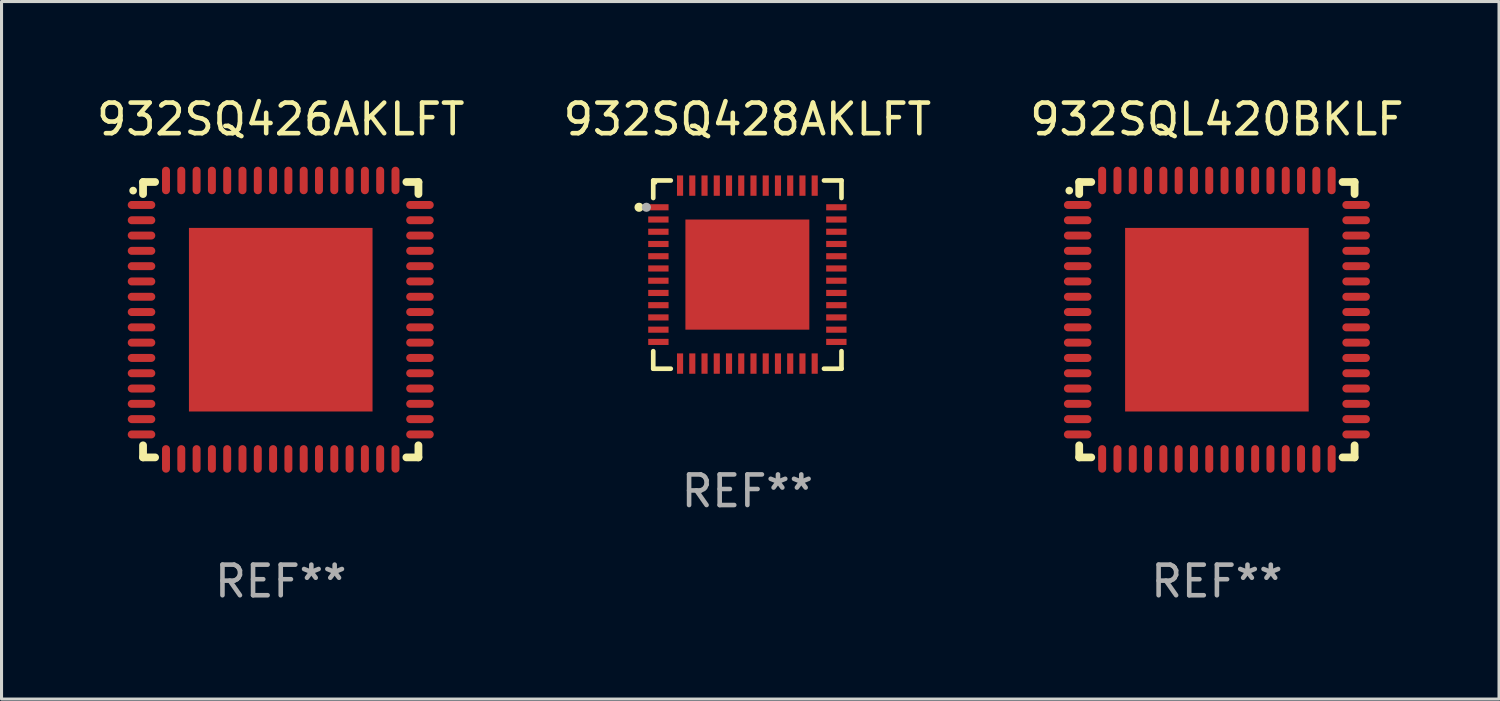
<source format=kicad_pcb>
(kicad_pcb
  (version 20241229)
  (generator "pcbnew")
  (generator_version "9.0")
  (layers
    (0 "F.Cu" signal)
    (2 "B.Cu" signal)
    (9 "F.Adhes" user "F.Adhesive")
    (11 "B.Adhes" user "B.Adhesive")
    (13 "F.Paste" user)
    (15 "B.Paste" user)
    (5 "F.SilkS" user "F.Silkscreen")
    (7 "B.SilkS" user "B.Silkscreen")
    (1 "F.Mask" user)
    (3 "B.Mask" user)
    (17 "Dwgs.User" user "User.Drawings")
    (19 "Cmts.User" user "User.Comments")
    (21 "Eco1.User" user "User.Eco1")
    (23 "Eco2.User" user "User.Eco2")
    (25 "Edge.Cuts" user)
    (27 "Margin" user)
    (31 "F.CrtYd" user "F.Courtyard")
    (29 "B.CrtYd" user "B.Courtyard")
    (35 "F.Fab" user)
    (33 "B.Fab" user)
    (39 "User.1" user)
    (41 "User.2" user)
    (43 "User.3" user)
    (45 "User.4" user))
  (footprint "932SQ428AKLFT"
    (layer "F.Cu")
    (at 21.375 5.924)
    (property "Reference" "932SQ428AKLFT" (at 0 -5.076 0) (layer "F.SilkS") (effects (font (size 1 1) (thickness 0.15))))
    (attr through_hole)
    (fp_line (start -3.076 -3.076) (end -3.076 -2.503) (stroke (width 0.152) (type solid)) (layer "F.SilkS"))
    (fp_line (start -3.076 3.076) (end -3.076 2.503) (stroke (width 0.152) (type solid)) (layer "F.SilkS"))
    (fp_line (start -2.503 -3.076) (end -3.076 -3.076) (stroke (width 0.152) (type solid)) (layer "F.SilkS"))
    (fp_line (start -2.503 3.076) (end -3.076 3.076) (stroke (width 0.152) (type solid)) (layer "F.SilkS"))
    (fp_line (start 2.503 -3.076) (end 3.076 -3.076) (stroke (width 0.152) (type solid)) (layer "F.SilkS"))
    (fp_line (start 2.503 3.076) (end 3.076 3.076) (stroke (width 0.152) (type solid)) (layer "F.SilkS"))
    (fp_line (start 3.076 -3.076) (end 3.076 -2.503) (stroke (width 0.152) (type solid)) (layer "F.SilkS"))
    (fp_line (start 3.076 3.076) (end 3.076 2.503) (stroke (width 0.152) (type solid)) (layer "F.SilkS"))
    (fp_circle (center -3.54 -2.2) (end -3.465 -2.2) (stroke (width 0.15) (type solid)) (fill no) (layer "F.SilkS"))
    (fp_circle (center -3 -3) (end -2.97 -3) (stroke (width 0.06) (type solid)) (fill no) (layer "F.SilkS"))
    (fp_circle (center -3.3 -2.2) (end -3.225 -2.2) (stroke (width 0.15) (type solid)) (fill no) (layer "F.Fab"))
    (fp_text user "REF**" (at 0 7.076 0) (layer "F.Fab") (effects (font (size 1 1) (thickness 0.15))))
    (pad "1" smd rect (at -2.908 -2.2) (size 0.665 0.2) (layers "F.Cu" "F.Mask" "F.Paste"))
    (pad "2" smd rect (at -2.908 -1.8) (size 0.665 0.2) (layers "F.Cu" "F.Mask" "F.Paste"))
    (pad "3" smd rect (at -2.908 -1.4) (size 0.665 0.2) (layers "F.Cu" "F.Mask" "F.Paste"))
    (pad "4" smd rect (at -2.908 -1) (size 0.665 0.2) (layers "F.Cu" "F.Mask" "F.Paste"))
    (pad "5" smd rect (at -2.908 -0.6) (size 0.665 0.2) (layers "F.Cu" "F.Mask" "F.Paste"))
    (pad "6" smd rect (at -2.908 -0.2) (size 0.665 0.2) (layers "F.Cu" "F.Mask" "F.Paste"))
    (pad "7" smd rect (at -2.908 0.2) (size 0.665 0.2) (layers "F.Cu" "F.Mask" "F.Paste"))
    (pad "8" smd rect (at -2.908 0.6) (size 0.665 0.2) (layers "F.Cu" "F.Mask" "F.Paste"))
    (pad "9" smd rect (at -2.908 1) (size 0.665 0.2) (layers "F.Cu" "F.Mask" "F.Paste"))
    (pad "10" smd rect (at -2.908 1.4) (size 0.665 0.2) (layers "F.Cu" "F.Mask" "F.Paste"))
    (pad "11" smd rect (at -2.908 1.8) (size 0.665 0.2) (layers "F.Cu" "F.Mask" "F.Paste"))
    (pad "12" smd rect (at -2.908 2.2) (size 0.665 0.2) (layers "F.Cu" "F.Mask" "F.Paste"))
    (pad "13" smd rect (at -2.2 2.908) (size 0.2 0.665) (layers "F.Cu" "F.Mask" "F.Paste"))
    (pad "14" smd rect (at -1.8 2.908) (size 0.2 0.665) (layers "F.Cu" "F.Mask" "F.Paste"))
    (pad "15" smd rect (at -1.4 2.908) (size 0.2 0.665) (layers "F.Cu" "F.Mask" "F.Paste"))
    (pad "16" smd rect (at -1 2.908) (size 0.2 0.665) (layers "F.Cu" "F.Mask" "F.Paste"))
    (pad "17" smd rect (at -0.6 2.908) (size 0.2 0.665) (layers "F.Cu" "F.Mask" "F.Paste"))
    (pad "18" smd rect (at -0.2 2.908) (size 0.2 0.665) (layers "F.Cu" "F.Mask" "F.Paste"))
    (pad "19" smd rect (at 0.2 2.908) (size 0.2 0.665) (layers "F.Cu" "F.Mask" "F.Paste"))
    (pad "20" smd rect (at 0.6 2.908) (size 0.2 0.665) (layers "F.Cu" "F.Mask" "F.Paste"))
    (pad "21" smd rect (at 1 2.908) (size 0.2 0.665) (layers "F.Cu" "F.Mask" "F.Paste"))
    (pad "22" smd rect (at 1.4 2.908) (size 0.2 0.665) (layers "F.Cu" "F.Mask" "F.Paste"))
    (pad "23" smd rect (at 1.8 2.908) (size 0.2 0.665) (layers "F.Cu" "F.Mask" "F.Paste"))
    (pad "24" smd rect (at 2.2 2.908) (size 0.2 0.665) (layers "F.Cu" "F.Mask" "F.Paste"))
    (pad "25" smd rect (at 2.908 2.2) (size 0.665 0.2) (layers "F.Cu" "F.Mask" "F.Paste"))
    (pad "26" smd rect (at 2.908 1.8) (size 0.665 0.2) (layers "F.Cu" "F.Mask" "F.Paste"))
    (pad "27" smd rect (at 2.908 1.4) (size 0.665 0.2) (layers "F.Cu" "F.Mask" "F.Paste"))
    (pad "28" smd rect (at 2.908 1) (size 0.665 0.2) (layers "F.Cu" "F.Mask" "F.Paste"))
    (pad "29" smd rect (at 2.908 0.6) (size 0.665 0.2) (layers "F.Cu" "F.Mask" "F.Paste"))
    (pad "30" smd rect (at 2.908 0.2) (size 0.665 0.2) (layers "F.Cu" "F.Mask" "F.Paste"))
    (pad "31" smd rect (at 2.908 -0.2) (size 0.665 0.2) (layers "F.Cu" "F.Mask" "F.Paste"))
    (pad "32" smd rect (at 2.908 -0.6) (size 0.665 0.2) (layers "F.Cu" "F.Mask" "F.Paste"))
    (pad "33" smd rect (at 2.908 -1) (size 0.665 0.2) (layers "F.Cu" "F.Mask" "F.Paste"))
    (pad "34" smd rect (at 2.908 -1.4) (size 0.665 0.2) (layers "F.Cu" "F.Mask" "F.Paste"))
    (pad "35" smd rect (at 2.908 -1.8) (size 0.665 0.2) (layers "F.Cu" "F.Mask" "F.Paste"))
    (pad "36" smd rect (at 2.908 -2.2) (size 0.665 0.2) (layers "F.Cu" "F.Mask" "F.Paste"))
    (pad "37" smd rect (at 2.2 -2.908) (size 0.2 0.665) (layers "F.Cu" "F.Mask" "F.Paste"))
    (pad "38" smd rect (at 1.8 -2.908) (size 0.2 0.665) (layers "F.Cu" "F.Mask" "F.Paste"))
    (pad "39" smd rect (at 1.4 -2.908) (size 0.2 0.665) (layers "F.Cu" "F.Mask" "F.Paste"))
    (pad "40" smd rect (at 1 -2.908) (size 0.2 0.665) (layers "F.Cu" "F.Mask" "F.Paste"))
    (pad "41" smd rect (at 0.6 -2.908) (size 0.2 0.665) (layers "F.Cu" "F.Mask" "F.Paste"))
    (pad "42" smd rect (at 0.2 -2.908) (size 0.2 0.665) (layers "F.Cu" "F.Mask" "F.Paste"))
    (pad "43" smd rect (at -0.2 -2.908) (size 0.2 0.665) (layers "F.Cu" "F.Mask" "F.Paste"))
    (pad "44" smd rect (at -0.6 -2.908) (size 0.2 0.665) (layers "F.Cu" "F.Mask" "F.Paste"))
    (pad "45" smd rect (at -1 -2.908) (size 0.2 0.665) (layers "F.Cu" "F.Mask" "F.Paste"))
    (pad "46" smd rect (at -1.4 -2.908) (size 0.2 0.665) (layers "F.Cu" "F.Mask" "F.Paste"))
    (pad "47" smd rect (at -1.8 -2.908) (size 0.2 0.665) (layers "F.Cu" "F.Mask" "F.Paste"))
    (pad "48" smd rect (at -2.2 -2.908) (size 0.2 0.665) (layers "F.Cu" "F.Mask" "F.Paste"))
    (pad "49" smd rect (at 0 0) (size 4.05 3.6) (layers "F.Cu" "F.Mask" "F.Paste")))
  (footprint "932SQL420BKLF"
    (layer "F.Cu")
    (at 36.72 7.398)
    (property "Reference" "932SQL420BKLF" (at 0 -6.55 0) (layer "F.SilkS") (effects (font (size 1 1) (thickness 0.15))))
    (attr through_hole)
    (fp_line (start -4.5 -4.5) (end -4.106 -4.5) (stroke (width 0.254) (type solid)) (layer "F.SilkS"))
    (fp_line (start -4.5 -4.106) (end -4.5 -4.5) (stroke (width 0.254) (type solid)) (layer "F.SilkS"))
    (fp_line (start -4.5 4.5) (end -4.5 4.106) (stroke (width 0.254) (type solid)) (layer "F.SilkS"))
    (fp_line (start -4.106 4.5) (end -4.5 4.5) (stroke (width 0.254) (type solid)) (layer "F.SilkS"))
    (fp_line (start 4.106 -4.5) (end 4.5 -4.5) (stroke (width 0.254) (type solid)) (layer "F.SilkS"))
    (fp_line (start 4.5 -4.5) (end 4.5 -4.106) (stroke (width 0.254) (type solid)) (layer "F.SilkS"))
    (fp_line (start 4.5 4.106) (end 4.5 4.5) (stroke (width 0.254) (type solid)) (layer "F.SilkS"))
    (fp_line (start 4.5 4.5) (end 4.106 4.5) (stroke (width 0.254) (type solid)) (layer "F.SilkS"))
    (fp_arc (start -4.824308 -4.217501) (mid -4.824314 -4.218771) (end -4.824308 -4.220041) (stroke (width 0.24892) (type solid)) (layer "F.SilkS"))
    (fp_text user "REF**" (at 0 8.55 0) (layer "F.Fab") (effects (font (size 1 1) (thickness 0.15))))
    (pad "1" smd oval (at -4.55 -3.75) (size 0.9 0.26) (layers "F.Cu" "F.Mask" "F.Paste"))
    (pad "2" smd oval (at -4.55 -3.25) (size 0.9 0.26) (layers "F.Cu" "F.Mask" "F.Paste"))
    (pad "3" smd oval (at -4.55 -2.75) (size 0.9 0.26) (layers "F.Cu" "F.Mask" "F.Paste"))
    (pad "4" smd oval (at -4.55 -2.25) (size 0.9 0.26) (layers "F.Cu" "F.Mask" "F.Paste"))
    (pad "5" smd oval (at -4.55 -1.75) (size 0.9 0.26) (layers "F.Cu" "F.Mask" "F.Paste"))
    (pad "6" smd oval (at -4.55 -1.25) (size 0.9 0.26) (layers "F.Cu" "F.Mask" "F.Paste"))
    (pad "7" smd oval (at -4.55 -0.75) (size 0.9 0.26) (layers "F.Cu" "F.Mask" "F.Paste"))
    (pad "8" smd oval (at -4.55 -0.25) (size 0.9 0.26) (layers "F.Cu" "F.Mask" "F.Paste"))
    (pad "9" smd oval (at -4.55 0.25) (size 0.9 0.26) (layers "F.Cu" "F.Mask" "F.Paste"))
    (pad "10" smd oval (at -4.55 0.75) (size 0.9 0.26) (layers "F.Cu" "F.Mask" "F.Paste"))
    (pad "11" smd oval (at -4.55 1.25) (size 0.9 0.26) (layers "F.Cu" "F.Mask" "F.Paste"))
    (pad "12" smd oval (at -4.55 1.75) (size 0.9 0.26) (layers "F.Cu" "F.Mask" "F.Paste"))
    (pad "13" smd oval (at -4.55 2.25) (size 0.9 0.26) (layers "F.Cu" "F.Mask" "F.Paste"))
    (pad "14" smd oval (at -4.55 2.75) (size 0.9 0.26) (layers "F.Cu" "F.Mask" "F.Paste"))
    (pad "15" smd oval (at -4.55 3.25) (size 0.9 0.26) (layers "F.Cu" "F.Mask" "F.Paste"))
    (pad "16" smd oval (at -4.55 3.75) (size 0.9 0.26) (layers "F.Cu" "F.Mask" "F.Paste"))
    (pad "17" smd oval (at -3.75 4.55) (size 0.26 0.9) (layers "F.Cu" "F.Mask" "F.Paste"))
    (pad "18" smd oval (at -3.25 4.55) (size 0.26 0.9) (layers "F.Cu" "F.Mask" "F.Paste"))
    (pad "19" smd oval (at -2.75 4.55) (size 0.26 0.9) (layers "F.Cu" "F.Mask" "F.Paste"))
    (pad "20" smd oval (at -2.25 4.55) (size 0.26 0.9) (layers "F.Cu" "F.Mask" "F.Paste"))
    (pad "21" smd oval (at -1.75 4.55) (size 0.26 0.9) (layers "F.Cu" "F.Mask" "F.Paste"))
    (pad "22" smd oval (at -1.25 4.55) (size 0.26 0.9) (layers "F.Cu" "F.Mask" "F.Paste"))
    (pad "23" smd oval (at -0.75 4.55) (size 0.26 0.9) (layers "F.Cu" "F.Mask" "F.Paste"))
    (pad "24" smd oval (at -0.25 4.55) (size 0.26 0.9) (layers "F.Cu" "F.Mask" "F.Paste"))
    (pad "25" smd oval (at 0.25 4.55) (size 0.26 0.9) (layers "F.Cu" "F.Mask" "F.Paste"))
    (pad "26" smd oval (at 0.75 4.55) (size 0.26 0.9) (layers "F.Cu" "F.Mask" "F.Paste"))
    (pad "27" smd oval (at 1.25 4.55) (size 0.26 0.9) (layers "F.Cu" "F.Mask" "F.Paste"))
    (pad "28" smd oval (at 1.75 4.55) (size 0.26 0.9) (layers "F.Cu" "F.Mask" "F.Paste"))
    (pad "29" smd oval (at 2.25 4.55) (size 0.26 0.9) (layers "F.Cu" "F.Mask" "F.Paste"))
    (pad "30" smd oval (at 2.75 4.55) (size 0.26 0.9) (layers "F.Cu" "F.Mask" "F.Paste"))
    (pad "31" smd oval (at 3.25 4.55) (size 0.26 0.9) (layers "F.Cu" "F.Mask" "F.Paste"))
    (pad "32" smd oval (at 3.75 4.55) (size 0.26 0.9) (layers "F.Cu" "F.Mask" "F.Paste"))
    (pad "33" smd oval (at 4.55 3.75) (size 0.9 0.26) (layers "F.Cu" "F.Mask" "F.Paste"))
    (pad "34" smd oval (at 4.55 3.25) (size 0.9 0.26) (layers "F.Cu" "F.Mask" "F.Paste"))
    (pad "35" smd oval (at 4.55 2.75) (size 0.9 0.26) (layers "F.Cu" "F.Mask" "F.Paste"))
    (pad "36" smd oval (at 4.55 2.25) (size 0.9 0.26) (layers "F.Cu" "F.Mask" "F.Paste"))
    (pad "37" smd oval (at 4.55 1.75) (size 0.9 0.26) (layers "F.Cu" "F.Mask" "F.Paste"))
    (pad "38" smd oval (at 4.55 1.25) (size 0.9 0.26) (layers "F.Cu" "F.Mask" "F.Paste"))
    (pad "39" smd oval (at 4.55 0.75) (size 0.9 0.26) (layers "F.Cu" "F.Mask" "F.Paste"))
    (pad "40" smd oval (at 4.55 0.25) (size 0.9 0.26) (layers "F.Cu" "F.Mask" "F.Paste"))
    (pad "41" smd oval (at 4.55 -0.25) (size 0.9 0.26) (layers "F.Cu" "F.Mask" "F.Paste"))
    (pad "42" smd oval (at 4.55 -0.75) (size 0.9 0.26) (layers "F.Cu" "F.Mask" "F.Paste"))
    (pad "43" smd oval (at 4.55 -1.25) (size 0.9 0.26) (layers "F.Cu" "F.Mask" "F.Paste"))
    (pad "44" smd oval (at 4.55 -1.75) (size 0.9 0.26) (layers "F.Cu" "F.Mask" "F.Paste"))
    (pad "45" smd oval (at 4.55 -2.25) (size 0.9 0.26) (layers "F.Cu" "F.Mask" "F.Paste"))
    (pad "46" smd oval (at 4.55 -2.75) (size 0.9 0.26) (layers "F.Cu" "F.Mask" "F.Paste"))
    (pad "47" smd oval (at 4.55 -3.25) (size 0.9 0.26) (layers "F.Cu" "F.Mask" "F.Paste"))
    (pad "48" smd oval (at 4.55 -3.75) (size 0.9 0.26) (layers "F.Cu" "F.Mask" "F.Paste"))
    (pad "49" smd oval (at 3.75 -4.55) (size 0.26 0.9) (layers "F.Cu" "F.Mask" "F.Paste"))
    (pad "50" smd oval (at 3.25 -4.55) (size 0.26 0.9) (layers "F.Cu" "F.Mask" "F.Paste"))
    (pad "51" smd oval (at 2.75 -4.55) (size 0.26 0.9) (layers "F.Cu" "F.Mask" "F.Paste"))
    (pad "52" smd oval (at 2.25 -4.55) (size 0.26 0.9) (layers "F.Cu" "F.Mask" "F.Paste"))
    (pad "53" smd oval (at 1.75 -4.55) (size 0.26 0.9) (layers "F.Cu" "F.Mask" "F.Paste"))
    (pad "54" smd oval (at 1.25 -4.55) (size 0.26 0.9) (layers "F.Cu" "F.Mask" "F.Paste"))
    (pad "55" smd oval (at 0.75 -4.55) (size 0.26 0.9) (layers "F.Cu" "F.Mask" "F.Paste"))
    (pad "56" smd oval (at 0.25 -4.55) (size 0.26 0.9) (layers "F.Cu" "F.Mask" "F.Paste"))
    (pad "57" smd oval (at -0.25 -4.55) (size 0.26 0.9) (layers "F.Cu" "F.Mask" "F.Paste"))
    (pad "58" smd oval (at -0.75 -4.55) (size 0.26 0.9) (layers "F.Cu" "F.Mask" "F.Paste"))
    (pad "59" smd oval (at -1.25 -4.55) (size 0.26 0.9) (layers "F.Cu" "F.Mask" "F.Paste"))
    (pad "60" smd oval (at -1.75 -4.55) (size 0.26 0.9) (layers "F.Cu" "F.Mask" "F.Paste"))
    (pad "61" smd oval (at -2.25 -4.55) (size 0.26 0.9) (layers "F.Cu" "F.Mask" "F.Paste"))
    (pad "62" smd oval (at -2.75 -4.55) (size 0.26 0.9) (layers "F.Cu" "F.Mask" "F.Paste"))
    (pad "63" smd oval (at -3.25 -4.55) (size 0.26 0.9) (layers "F.Cu" "F.Mask" "F.Paste"))
    (pad "64" smd oval (at -3.75 -4.55) (size 0.26 0.9) (layers "F.Cu" "F.Mask" "F.Paste"))
    (pad "65" smd rect (at 0 0.000381) (size 6 6) (layers "F.Cu" "F.Mask" "F.Paste")))
  (footprint "932SQ426AKLFT"
    (layer "F.Cu")
    (at 6.125 7.398)
    (property "Reference" "932SQ426AKLFT" (at 0 -6.55 0) (layer "F.SilkS") (effects (font (size 1 1) (thickness 0.15))))
    (attr through_hole)
    (fp_line (start -4.5 -4.5) (end -4.106 -4.5) (stroke (width 0.254) (type solid)) (layer "F.SilkS"))
    (fp_line (start -4.5 -4.106) (end -4.5 -4.5) (stroke (width 0.254) (type solid)) (layer "F.SilkS"))
    (fp_line (start -4.5 4.5) (end -4.5 4.106) (stroke (width 0.254) (type solid)) (layer "F.SilkS"))
    (fp_line (start -4.106 4.5) (end -4.5 4.5) (stroke (width 0.254) (type solid)) (layer "F.SilkS"))
    (fp_line (start 4.106 -4.5) (end 4.5 -4.5) (stroke (width 0.254) (type solid)) (layer "F.SilkS"))
    (fp_line (start 4.5 -4.5) (end 4.5 -4.106) (stroke (width 0.254) (type solid)) (layer "F.SilkS"))
    (fp_line (start 4.5 4.106) (end 4.5 4.5) (stroke (width 0.254) (type solid)) (layer "F.SilkS"))
    (fp_line (start 4.5 4.5) (end 4.106 4.5) (stroke (width 0.254) (type solid)) (layer "F.SilkS"))
    (fp_arc (start -4.824308 -4.217501) (mid -4.824314 -4.218771) (end -4.824308 -4.220041) (stroke (width 0.24892) (type solid)) (layer "F.SilkS"))
    (fp_text user "REF**" (at 0 8.55 0) (layer "F.Fab") (effects (font (size 1 1) (thickness 0.15))))
    (pad "1" smd oval (at -4.55 -3.75) (size 0.9 0.26) (layers "F.Cu" "F.Mask" "F.Paste"))
    (pad "2" smd oval (at -4.55 -3.25) (size 0.9 0.26) (layers "F.Cu" "F.Mask" "F.Paste"))
    (pad "3" smd oval (at -4.55 -2.75) (size 0.9 0.26) (layers "F.Cu" "F.Mask" "F.Paste"))
    (pad "4" smd oval (at -4.55 -2.25) (size 0.9 0.26) (layers "F.Cu" "F.Mask" "F.Paste"))
    (pad "5" smd oval (at -4.55 -1.75) (size 0.9 0.26) (layers "F.Cu" "F.Mask" "F.Paste"))
    (pad "6" smd oval (at -4.55 -1.25) (size 0.9 0.26) (layers "F.Cu" "F.Mask" "F.Paste"))
    (pad "7" smd oval (at -4.55 -0.75) (size 0.9 0.26) (layers "F.Cu" "F.Mask" "F.Paste"))
    (pad "8" smd oval (at -4.55 -0.25) (size 0.9 0.26) (layers "F.Cu" "F.Mask" "F.Paste"))
    (pad "9" smd oval (at -4.55 0.25) (size 0.9 0.26) (layers "F.Cu" "F.Mask" "F.Paste"))
    (pad "10" smd oval (at -4.55 0.75) (size 0.9 0.26) (layers "F.Cu" "F.Mask" "F.Paste"))
    (pad "11" smd oval (at -4.55 1.25) (size 0.9 0.26) (layers "F.Cu" "F.Mask" "F.Paste"))
    (pad "12" smd oval (at -4.55 1.75) (size 0.9 0.26) (layers "F.Cu" "F.Mask" "F.Paste"))
    (pad "13" smd oval (at -4.55 2.25) (size 0.9 0.26) (layers "F.Cu" "F.Mask" "F.Paste"))
    (pad "14" smd oval (at -4.55 2.75) (size 0.9 0.26) (layers "F.Cu" "F.Mask" "F.Paste"))
    (pad "15" smd oval (at -4.55 3.25) (size 0.9 0.26) (layers "F.Cu" "F.Mask" "F.Paste"))
    (pad "16" smd oval (at -4.55 3.75) (size 0.9 0.26) (layers "F.Cu" "F.Mask" "F.Paste"))
    (pad "17" smd oval (at -3.75 4.55) (size 0.26 0.9) (layers "F.Cu" "F.Mask" "F.Paste"))
    (pad "18" smd oval (at -3.25 4.55) (size 0.26 0.9) (layers "F.Cu" "F.Mask" "F.Paste"))
    (pad "19" smd oval (at -2.75 4.55) (size 0.26 0.9) (layers "F.Cu" "F.Mask" "F.Paste"))
    (pad "20" smd oval (at -2.25 4.55) (size 0.26 0.9) (layers "F.Cu" "F.Mask" "F.Paste"))
    (pad "21" smd oval (at -1.75 4.55) (size 0.26 0.9) (layers "F.Cu" "F.Mask" "F.Paste"))
    (pad "22" smd oval (at -1.25 4.55) (size 0.26 0.9) (layers "F.Cu" "F.Mask" "F.Paste"))
    (pad "23" smd oval (at -0.75 4.55) (size 0.26 0.9) (layers "F.Cu" "F.Mask" "F.Paste"))
    (pad "24" smd oval (at -0.25 4.55) (size 0.26 0.9) (layers "F.Cu" "F.Mask" "F.Paste"))
    (pad "25" smd oval (at 0.25 4.55) (size 0.26 0.9) (layers "F.Cu" "F.Mask" "F.Paste"))
    (pad "26" smd oval (at 0.75 4.55) (size 0.26 0.9) (layers "F.Cu" "F.Mask" "F.Paste"))
    (pad "27" smd oval (at 1.25 4.55) (size 0.26 0.9) (layers "F.Cu" "F.Mask" "F.Paste"))
    (pad "28" smd oval (at 1.75 4.55) (size 0.26 0.9) (layers "F.Cu" "F.Mask" "F.Paste"))
    (pad "29" smd oval (at 2.25 4.55) (size 0.26 0.9) (layers "F.Cu" "F.Mask" "F.Paste"))
    (pad "30" smd oval (at 2.75 4.55) (size 0.26 0.9) (layers "F.Cu" "F.Mask" "F.Paste"))
    (pad "31" smd oval (at 3.25 4.55) (size 0.26 0.9) (layers "F.Cu" "F.Mask" "F.Paste"))
    (pad "32" smd oval (at 3.75 4.55) (size 0.26 0.9) (layers "F.Cu" "F.Mask" "F.Paste"))
    (pad "33" smd oval (at 4.55 3.75) (size 0.9 0.26) (layers "F.Cu" "F.Mask" "F.Paste"))
    (pad "34" smd oval (at 4.55 3.25) (size 0.9 0.26) (layers "F.Cu" "F.Mask" "F.Paste"))
    (pad "35" smd oval (at 4.55 2.75) (size 0.9 0.26) (layers "F.Cu" "F.Mask" "F.Paste"))
    (pad "36" smd oval (at 4.55 2.25) (size 0.9 0.26) (layers "F.Cu" "F.Mask" "F.Paste"))
    (pad "37" smd oval (at 4.55 1.75) (size 0.9 0.26) (layers "F.Cu" "F.Mask" "F.Paste"))
    (pad "38" smd oval (at 4.55 1.25) (size 0.9 0.26) (layers "F.Cu" "F.Mask" "F.Paste"))
    (pad "39" smd oval (at 4.55 0.75) (size 0.9 0.26) (layers "F.Cu" "F.Mask" "F.Paste"))
    (pad "40" smd oval (at 4.55 0.25) (size 0.9 0.26) (layers "F.Cu" "F.Mask" "F.Paste"))
    (pad "41" smd oval (at 4.55 -0.25) (size 0.9 0.26) (layers "F.Cu" "F.Mask" "F.Paste"))
    (pad "42" smd oval (at 4.55 -0.75) (size 0.9 0.26) (layers "F.Cu" "F.Mask" "F.Paste"))
    (pad "43" smd oval (at 4.55 -1.25) (size 0.9 0.26) (layers "F.Cu" "F.Mask" "F.Paste"))
    (pad "44" smd oval (at 4.55 -1.75) (size 0.9 0.26) (layers "F.Cu" "F.Mask" "F.Paste"))
    (pad "45" smd oval (at 4.55 -2.25) (size 0.9 0.26) (layers "F.Cu" "F.Mask" "F.Paste"))
    (pad "46" smd oval (at 4.55 -2.75) (size 0.9 0.26) (layers "F.Cu" "F.Mask" "F.Paste"))
    (pad "47" smd oval (at 4.55 -3.25) (size 0.9 0.26) (layers "F.Cu" "F.Mask" "F.Paste"))
    (pad "48" smd oval (at 4.55 -3.75) (size 0.9 0.26) (layers "F.Cu" "F.Mask" "F.Paste"))
    (pad "49" smd oval (at 3.75 -4.55) (size 0.26 0.9) (layers "F.Cu" "F.Mask" "F.Paste"))
    (pad "50" smd oval (at 3.25 -4.55) (size 0.26 0.9) (layers "F.Cu" "F.Mask" "F.Paste"))
    (pad "51" smd oval (at 2.75 -4.55) (size 0.26 0.9) (layers "F.Cu" "F.Mask" "F.Paste"))
    (pad "52" smd oval (at 2.25 -4.55) (size 0.26 0.9) (layers "F.Cu" "F.Mask" "F.Paste"))
    (pad "53" smd oval (at 1.75 -4.55) (size 0.26 0.9) (layers "F.Cu" "F.Mask" "F.Paste"))
    (pad "54" smd oval (at 1.25 -4.55) (size 0.26 0.9) (layers "F.Cu" "F.Mask" "F.Paste"))
    (pad "55" smd oval (at 0.75 -4.55) (size 0.26 0.9) (layers "F.Cu" "F.Mask" "F.Paste"))
    (pad "56" smd oval (at 0.25 -4.55) (size 0.26 0.9) (layers "F.Cu" "F.Mask" "F.Paste"))
    (pad "57" smd oval (at -0.25 -4.55) (size 0.26 0.9) (layers "F.Cu" "F.Mask" "F.Paste"))
    (pad "58" smd oval (at -0.75 -4.55) (size 0.26 0.9) (layers "F.Cu" "F.Mask" "F.Paste"))
    (pad "59" smd oval (at -1.25 -4.55) (size 0.26 0.9) (layers "F.Cu" "F.Mask" "F.Paste"))
    (pad "60" smd oval (at -1.75 -4.55) (size 0.26 0.9) (layers "F.Cu" "F.Mask" "F.Paste"))
    (pad "61" smd oval (at -2.25 -4.55) (size 0.26 0.9) (layers "F.Cu" "F.Mask" "F.Paste"))
    (pad "62" smd oval (at -2.75 -4.55) (size 0.26 0.9) (layers "F.Cu" "F.Mask" "F.Paste"))
    (pad "63" smd oval (at -3.25 -4.55) (size 0.26 0.9) (layers "F.Cu" "F.Mask" "F.Paste"))
    (pad "64" smd oval (at -3.75 -4.55) (size 0.26 0.9) (layers "F.Cu" "F.Mask" "F.Paste"))
    (pad "65" smd rect (at 0 0.000381) (size 6 6) (layers "F.Cu" "F.Mask" "F.Paste")))
  (gr_rect
    (start -3 -3)
    (end 45.94 19.797)
    (stroke (width 0.1) (type default))
    (fill no)
    (layer "Edge.Cuts")))
</source>
